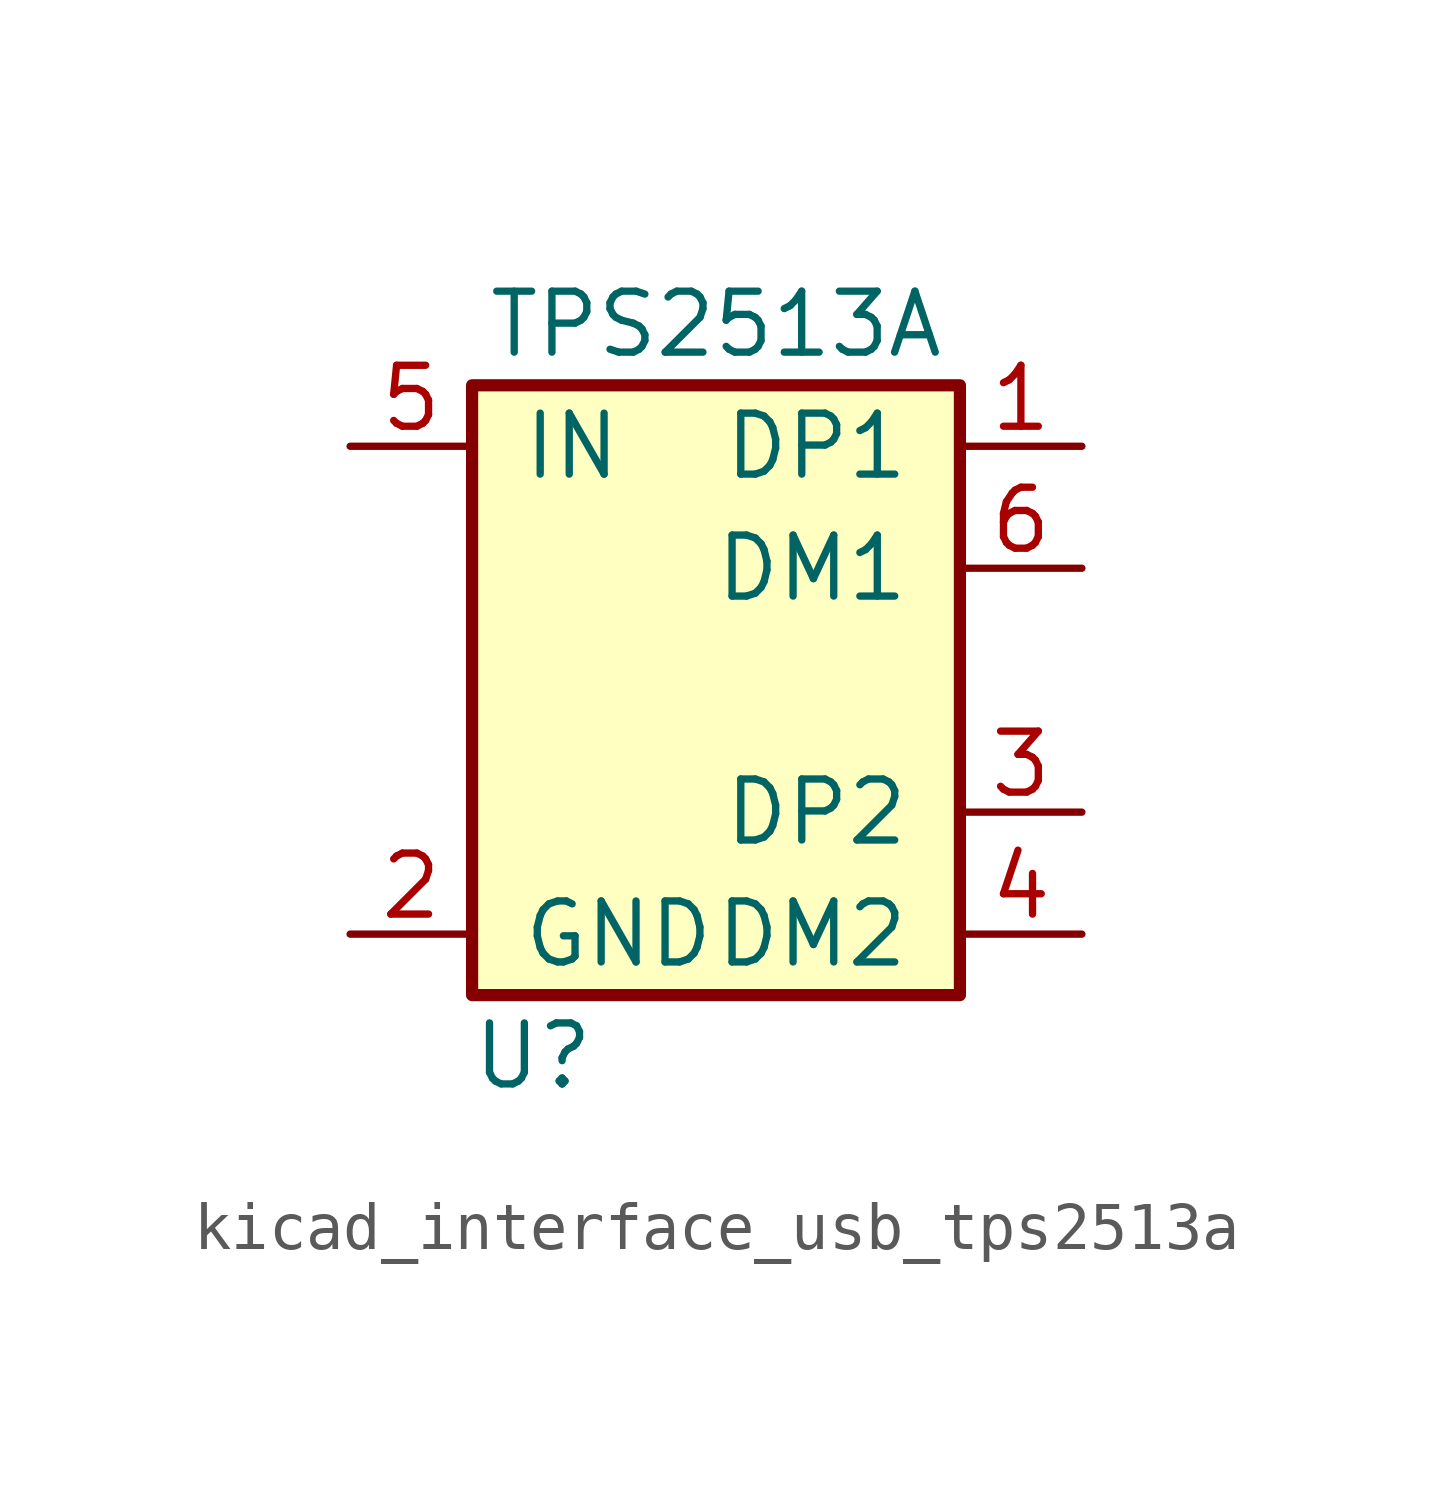
<source format=kicad_sym>
(kicad_symbol_lib
  (version 20220914)
  (generator kicad_symbol_editor)
  (symbol "kicad_interface_usb_tps2513a"
    (pin_names
      (offset 1.016))
    (property "Reference" "U"
      (at -3.81 -7.62 0)
      (effects (font (size 1.27 1.27))))
    (property "Value" "TPS2513A"
      (at 0 7.62 0)
      (effects (font (size 1.27 1.27))))
    (symbol "kicad_interface_usb_tps2513a_0_1"
      (rectangle (start -5.08 6.35) (end 5.08 -6.35) (stroke (width 0.254) (type default)) (fill (type background))))
    (symbol "kicad_interface_usb_tps2513a_1_1"
      (pin input line (at 7.62 5.08 180) (length 2.54) (name "DP1" (effects (font (size 1.27 1.27)))) (number "1" (effects (font (size 1.27 1.27)))))
      (pin power_in line (at -7.62 -5.08 0) (length 2.54) (name "GND" (effects (font (size 1.27 1.27)))) (number "2" (effects (font (size 1.27 1.27)))))
      (pin input line (at 7.62 -2.54 180) (length 2.54) (name "DP2" (effects (font (size 1.27 1.27)))) (number "3" (effects (font (size 1.27 1.27)))))
      (pin input line (at 7.62 -5.08 180) (length 2.54) (name "DM2" (effects (font (size 1.27 1.27)))) (number "4" (effects (font (size 1.27 1.27)))))
      (pin power_in line (at -7.62 5.08 0) (length 2.54) (name "IN" (effects (font (size 1.27 1.27)))) (number "5" (effects (font (size 1.27 1.27)))))
      (pin input line (at 7.62 2.54 180) (length 2.54) (name "DM1" (effects (font (size 1.27 1.27)))) (number "6" (effects (font (size 1.27 1.27))))))))
</source>
